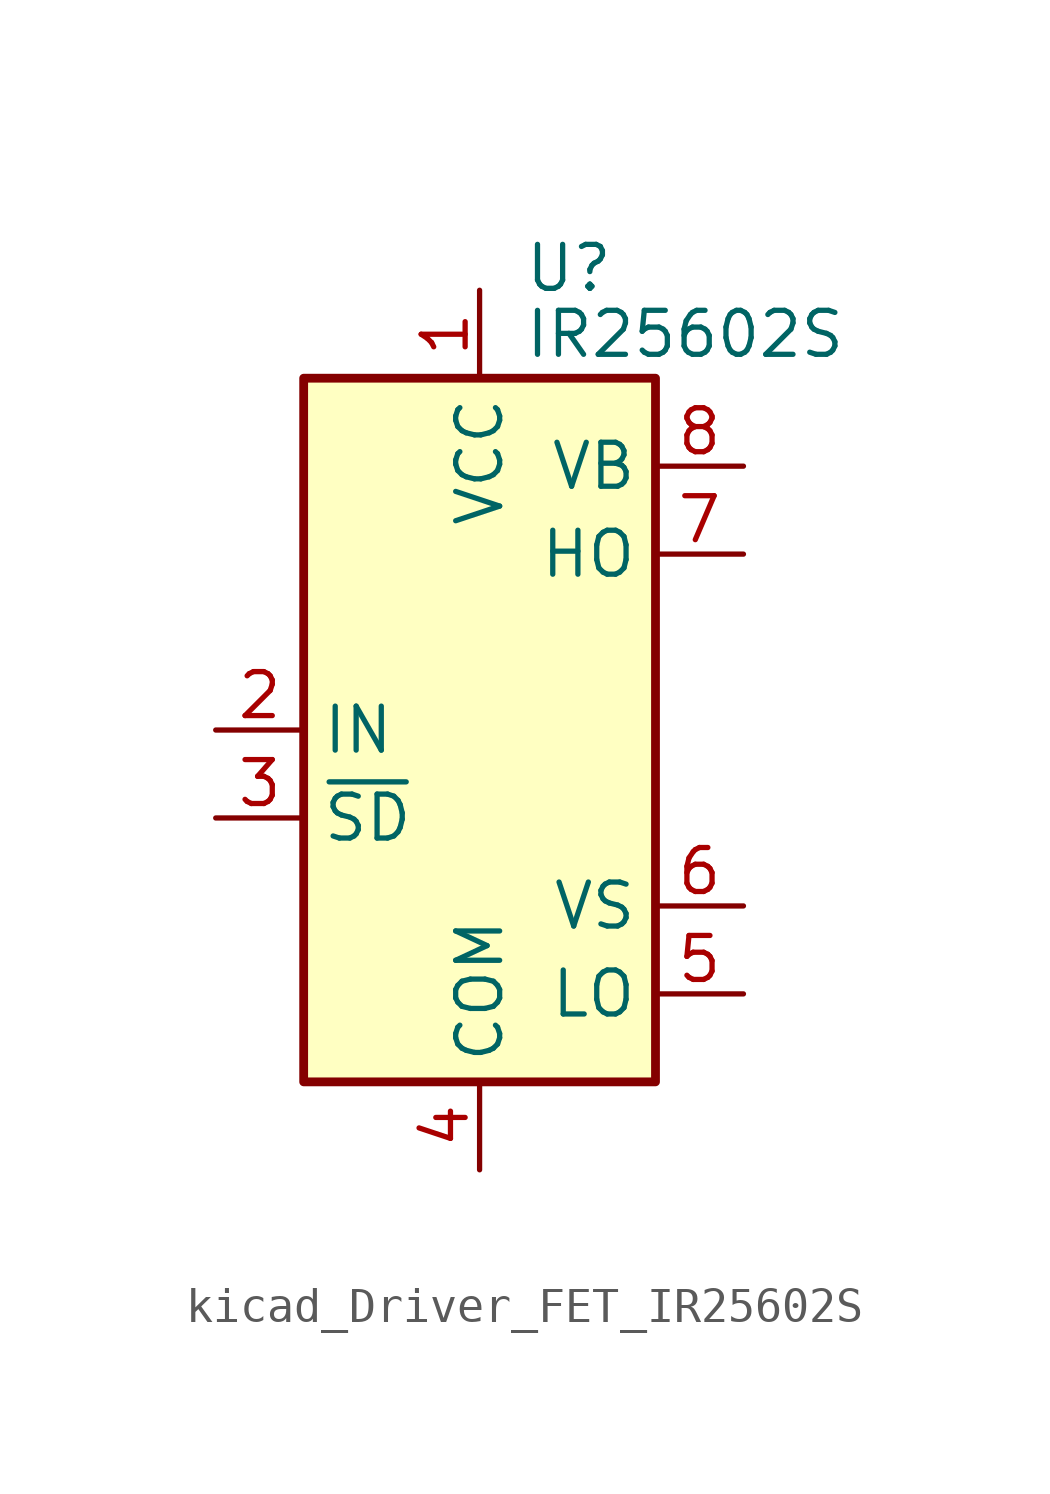
<source format=kicad_sym>
(kicad_symbol_lib
  (version 20220914)
  (generator kicad_symbol_editor)
  (symbol "kicad_Driver_FET_IR25602S"
    (property "Reference" "U"
      (at 1.27 13.335 0)
      (effects (font (size 1.27 1.27)) (justify left)))
    (property "Value" "IR25602S"
      (at 1.27 11.43 0)
      (effects (font (size 1.27 1.27)) (justify left)))
    (symbol "kicad_Driver_FET_IR25602S_0_1"
      (rectangle (start -5.08 -10.16) (end 5.08 10.16) (stroke (width 0.254) (type default)) (fill (type background))))
    (symbol "kicad_Driver_FET_IR25602S_1_1"
      (pin power_in line (at 0 12.7 270) (length 2.54) (name "VCC" (effects (font (size 1.27 1.27)))) (number "1" (effects (font (size 1.27 1.27)))))
      (pin input line (at -7.62 0 0) (length 2.54) (name "IN" (effects (font (size 1.27 1.27)))) (number "2" (effects (font (size 1.27 1.27)))))
      (pin input line (at -7.62 -2.54 0) (length 2.54) (name "~{SD}" (effects (font (size 1.27 1.27)))) (number "3" (effects (font (size 1.27 1.27)))))
      (pin power_in line (at 0 -12.7 90) (length 2.54) (name "COM" (effects (font (size 1.27 1.27)))) (number "4" (effects (font (size 1.27 1.27)))))
      (pin output line (at 7.62 -7.62 180) (length 2.54) (name "LO" (effects (font (size 1.27 1.27)))) (number "5" (effects (font (size 1.27 1.27)))))
      (pin passive line (at 7.62 -5.08 180) (length 2.54) (name "VS" (effects (font (size 1.27 1.27)))) (number "6" (effects (font (size 1.27 1.27)))))
      (pin output line (at 7.62 5.08 180) (length 2.54) (name "HO" (effects (font (size 1.27 1.27)))) (number "7" (effects (font (size 1.27 1.27)))))
      (pin passive line (at 7.62 7.62 180) (length 2.54) (name "VB" (effects (font (size 1.27 1.27)))) (number "8" (effects (font (size 1.27 1.27))))))))
</source>
